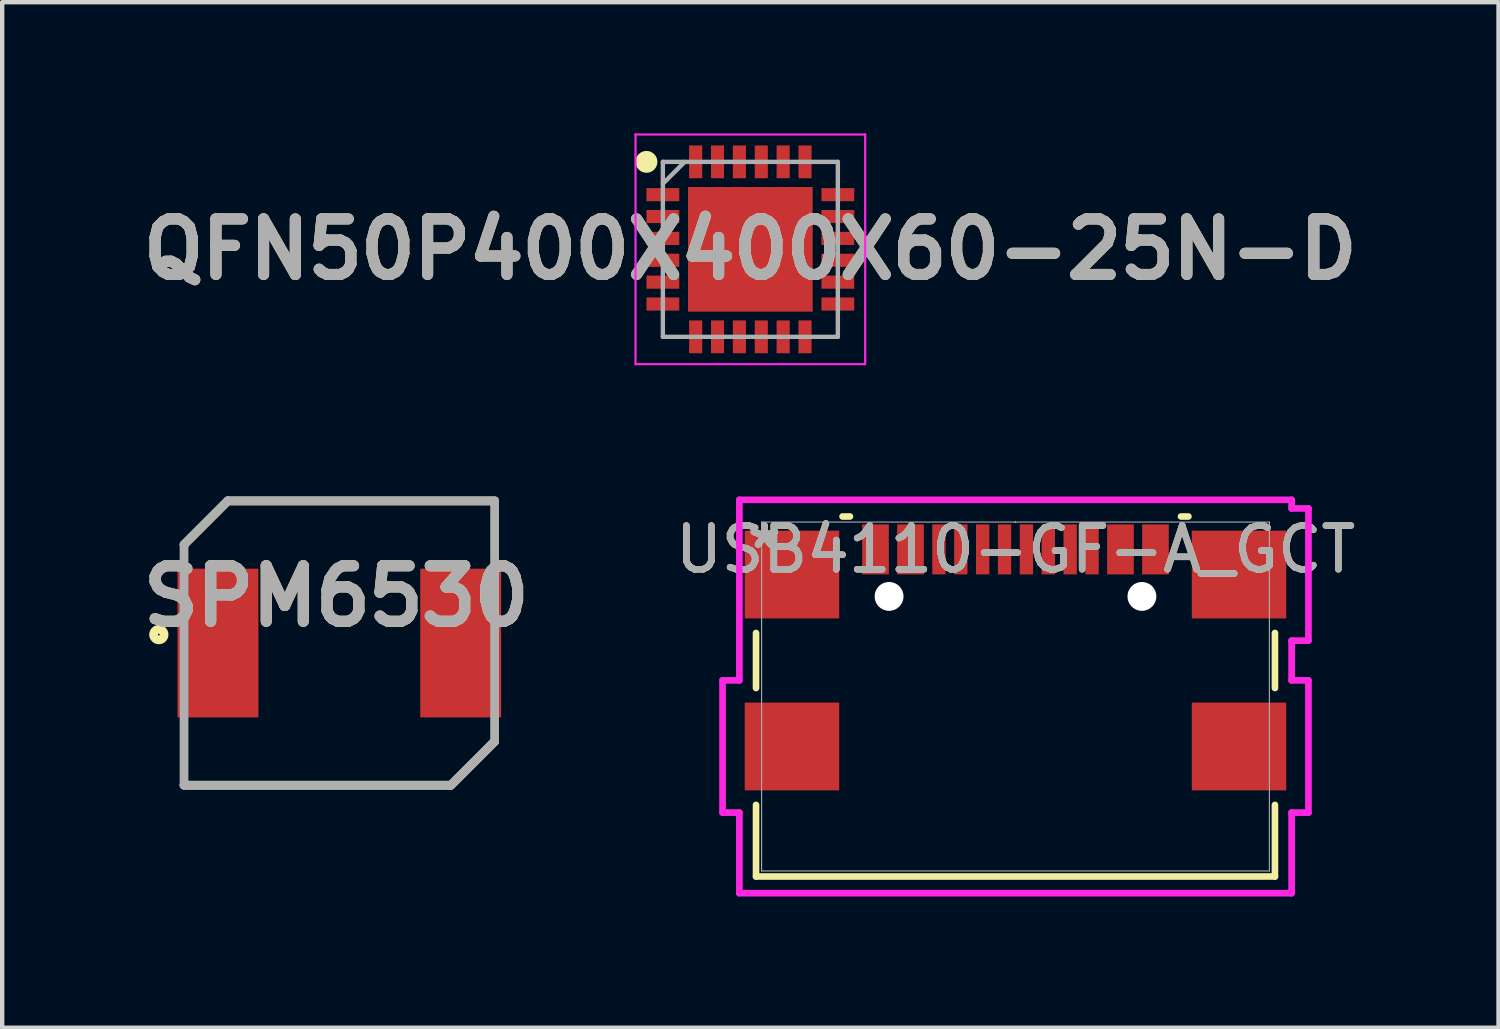
<source format=kicad_pcb>
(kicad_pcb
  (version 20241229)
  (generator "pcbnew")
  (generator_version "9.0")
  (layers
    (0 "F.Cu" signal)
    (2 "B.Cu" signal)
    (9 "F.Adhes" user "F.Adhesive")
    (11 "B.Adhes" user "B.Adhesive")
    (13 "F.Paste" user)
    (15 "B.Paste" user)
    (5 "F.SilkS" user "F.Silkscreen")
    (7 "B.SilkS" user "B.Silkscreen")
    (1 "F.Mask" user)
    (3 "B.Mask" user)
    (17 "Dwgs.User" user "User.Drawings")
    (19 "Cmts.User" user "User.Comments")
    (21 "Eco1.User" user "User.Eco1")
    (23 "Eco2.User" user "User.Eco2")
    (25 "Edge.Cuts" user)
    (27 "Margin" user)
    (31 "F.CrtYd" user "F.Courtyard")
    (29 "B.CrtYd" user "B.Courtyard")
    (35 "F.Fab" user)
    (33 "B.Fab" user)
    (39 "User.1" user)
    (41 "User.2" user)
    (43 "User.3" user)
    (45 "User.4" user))
  (footprint "QFN50P400X400X60-25N-D"
    (layer "F.Cu")
    (at 14.103 2.65)
    (property "Reference" "QFN50P400X400X60-25N-D" (at 0 0 0) (layer "F.SilkS") (effects (font (size 1.27 1.27) (thickness 0.254))))
    (attr smd)
    (fp_circle (center -2.375 -2) (end -2.375 -1.875) (stroke (width 0.25) (type solid)) (fill no) (layer "F.SilkS"))
    (fp_line (start -2.625 -2.625) (end 2.625 -2.625) (stroke (width 0.05) (type solid)) (layer "F.CrtYd"))
    (fp_line (start -2.625 2.625) (end -2.625 -2.625) (stroke (width 0.05) (type solid)) (layer "F.CrtYd"))
    (fp_line (start 2.625 -2.625) (end 2.625 2.625) (stroke (width 0.05) (type solid)) (layer "F.CrtYd"))
    (fp_line (start 2.625 2.625) (end -2.625 2.625) (stroke (width 0.05) (type solid)) (layer "F.CrtYd"))
    (fp_line (start -2 -2) (end 2 -2) (stroke (width 0.1) (type solid)) (layer "F.Fab"))
    (fp_line (start -2 -1.5) (end -1.5 -2) (stroke (width 0.1) (type solid)) (layer "F.Fab"))
    (fp_line (start -2 2) (end -2 -2) (stroke (width 0.1) (type solid)) (layer "F.Fab"))
    (fp_line (start 2 -2) (end 2 2) (stroke (width 0.1) (type solid)) (layer "F.Fab"))
    (fp_line (start 2 2) (end -2 2) (stroke (width 0.1) (type solid)) (layer "F.Fab"))
    (fp_text user "${REFERENCE}" (at 0 0 0) (layer "F.Fab") (effects (font (size 1.27 1.27) (thickness 0.254))))
    (pad "1" smd rect (at -2 -1.25 90) (size 0.3 0.75) (layers "F.Cu" "F.Mask" "F.Paste"))
    (pad "2" smd rect (at -2 -0.75 90) (size 0.3 0.75) (layers "F.Cu" "F.Mask" "F.Paste"))
    (pad "3" smd rect (at -2 -0.25 90) (size 0.3 0.75) (layers "F.Cu" "F.Mask" "F.Paste"))
    (pad "4" smd rect (at -2 0.25 90) (size 0.3 0.75) (layers "F.Cu" "F.Mask" "F.Paste"))
    (pad "5" smd rect (at -2 0.75 90) (size 0.3 0.75) (layers "F.Cu" "F.Mask" "F.Paste"))
    (pad "6" smd rect (at -2 1.25 90) (size 0.3 0.75) (layers "F.Cu" "F.Mask" "F.Paste"))
    (pad "7" smd rect (at -1.25 2) (size 0.3 0.75) (layers "F.Cu" "F.Mask" "F.Paste"))
    (pad "8" smd rect (at -0.75 2) (size 0.3 0.75) (layers "F.Cu" "F.Mask" "F.Paste"))
    (pad "9" smd rect (at -0.25 2) (size 0.3 0.75) (layers "F.Cu" "F.Mask" "F.Paste"))
    (pad "10" smd rect (at 0.25 2) (size 0.3 0.75) (layers "F.Cu" "F.Mask" "F.Paste"))
    (pad "11" smd rect (at 0.75 2) (size 0.3 0.75) (layers "F.Cu" "F.Mask" "F.Paste"))
    (pad "12" smd rect (at 1.25 2) (size 0.3 0.75) (layers "F.Cu" "F.Mask" "F.Paste"))
    (pad "13" smd rect (at 2 1.25 90) (size 0.3 0.75) (layers "F.Cu" "F.Mask" "F.Paste"))
    (pad "14" smd rect (at 2 0.75 90) (size 0.3 0.75) (layers "F.Cu" "F.Mask" "F.Paste"))
    (pad "15" smd rect (at 2 0.25 90) (size 0.3 0.75) (layers "F.Cu" "F.Mask" "F.Paste"))
    (pad "16" smd rect (at 2 -0.25 90) (size 0.3 0.75) (layers "F.Cu" "F.Mask" "F.Paste"))
    (pad "17" smd rect (at 2 -0.75 90) (size 0.3 0.75) (layers "F.Cu" "F.Mask" "F.Paste"))
    (pad "18" smd rect (at 2 -1.25 90) (size 0.3 0.75) (layers "F.Cu" "F.Mask" "F.Paste"))
    (pad "19" smd rect (at 1.25 -2) (size 0.3 0.75) (layers "F.Cu" "F.Mask" "F.Paste"))
    (pad "20" smd rect (at 0.75 -2) (size 0.3 0.75) (layers "F.Cu" "F.Mask" "F.Paste"))
    (pad "21" smd rect (at 0.25 -2) (size 0.3 0.75) (layers "F.Cu" "F.Mask" "F.Paste"))
    (pad "22" smd rect (at -0.25 -2) (size 0.3 0.75) (layers "F.Cu" "F.Mask" "F.Paste"))
    (pad "23" smd rect (at -0.75 -2) (size 0.3 0.75) (layers "F.Cu" "F.Mask" "F.Paste"))
    (pad "24" smd rect (at -1.25 -2) (size 0.3 0.75) (layers "F.Cu" "F.Mask" "F.Paste"))
    (pad "25" smd rect (at 0 0) (size 2.85 2.85) (layers "F.Cu" "F.Mask" "F.Paste")))
  (footprint "SPM6530"
    (layer "F.Cu")
    (at 4.707 11.65)
    (property "Reference" "SPM6530" (at -0.068 -1.071 0) (layer "F.SilkS") (effects (font (size 1.27 1.27) (thickness 0.254))))
    (attr smd)
    (fp_line (start -3.55 -2.25) (end -2.55 -3.25) (stroke (width 0.2) (type solid)) (layer "F.SilkS"))
    (fp_line (start -2.55 -3.25) (end 3.55 -3.25) (stroke (width 0.2) (type solid)) (layer "F.SilkS"))
    (fp_line (start 2.55 3.25) (end -3.55 3.25) (stroke (width 0.2) (type solid)) (layer "F.SilkS"))
    (fp_line (start 3.55 2.25) (end 2.55 3.25) (stroke (width 0.2) (type solid)) (layer "F.SilkS"))
    (fp_circle (center -4.126 -0.193) (end -4.126 -0.073) (stroke (width 0.2) (type solid)) (fill no) (layer "F.SilkS"))
    (fp_line (start -3.55 -2.25) (end -2.55 -3.25) (stroke (width 0.2) (type solid)) (layer "F.Fab"))
    (fp_line (start -3.55 3.25) (end -3.55 -2.25) (stroke (width 0.2) (type solid)) (layer "F.Fab"))
    (fp_line (start -2.55 -3.25) (end 3.55 -3.25) (stroke (width 0.2) (type solid)) (layer "F.Fab"))
    (fp_line (start 2.55 3.25) (end -3.55 3.25) (stroke (width 0.2) (type solid)) (layer "F.Fab"))
    (fp_line (start 3.55 -3.25) (end 3.55 2.25) (stroke (width 0.2) (type solid)) (layer "F.Fab"))
    (fp_line (start 3.55 2.25) (end 2.55 3.25) (stroke (width 0.2) (type solid)) (layer "F.Fab"))
    (fp_text user "${REFERENCE}" (at -0.068 -1.071 0) (layer "F.Fab") (effects (font (size 1.27 1.27) (thickness 0.254))))
    (pad "1" smd rect (at -2.775 0) (size 1.85 3.4) (layers "F.Cu" "F.Mask" "F.Paste"))
    (pad "2" smd rect (at 2.775 0) (size 1.85 3.4) (layers "F.Cu" "F.Mask" "F.Paste")))
  (footprint "USB4110-GF-A_GCT"
    (layer "F.Cu")
    (at 20.164 12.872)
    (property "Reference" "USB4110-GF-A_GCT" (at 0 -3.363 0) (unlocked yes) (layer "F.SilkS") (effects (font (size 1 1) (thickness 0.15))))
    (attr smd)
    (fp_line (start -5.931 -1.452) (end -5.931 -0.194) (stroke (width 0.152) (type solid)) (layer "F.SilkS"))
    (fp_line (start -5.931 2.478) (end -5.931 4.115) (stroke (width 0.152) (type solid)) (layer "F.SilkS"))
    (fp_line (start -5.931 4.115) (end 5.931 4.115) (stroke (width 0.152) (type solid)) (layer "F.SilkS"))
    (fp_line (start -3.784 -4.115) (end -3.953 -4.115) (stroke (width 0.152) (type solid)) (layer "F.SilkS"))
    (fp_line (start 3.953 -4.115) (end 3.784 -4.115) (stroke (width 0.152) (type solid)) (layer "F.SilkS"))
    (fp_line (start 5.931 -0.194) (end 5.931 -1.452) (stroke (width 0.152) (type solid)) (layer "F.SilkS"))
    (fp_line (start 5.931 4.115) (end 5.931 2.478) (stroke (width 0.152) (type solid)) (layer "F.SilkS"))
    (fp_line (start -6.697 -0.369) (end -6.697 2.654) (stroke (width 0.152) (type solid)) (layer "F.CrtYd"))
    (fp_line (start -6.697 2.654) (end -6.312 2.654) (stroke (width 0.152) (type solid)) (layer "F.CrtYd"))
    (fp_line (start -6.312 -4.496) (end -6.312 -0.369) (stroke (width 0.152) (type solid)) (layer "F.CrtYd"))
    (fp_line (start -6.312 -0.369) (end -6.697 -0.369) (stroke (width 0.152) (type solid)) (layer "F.CrtYd"))
    (fp_line (start -6.312 2.654) (end -6.312 4.496) (stroke (width 0.152) (type solid)) (layer "F.CrtYd"))
    (fp_line (start -6.312 4.496) (end 6.312 4.496) (stroke (width 0.152) (type solid)) (layer "F.CrtYd"))
    (fp_line (start 6.312 -4.496) (end -6.312 -4.496) (stroke (width 0.152) (type solid)) (layer "F.CrtYd"))
    (fp_line (start 6.312 -4.299) (end 6.312 -4.496) (stroke (width 0.152) (type solid)) (layer "F.CrtYd"))
    (fp_line (start 6.312 -1.276) (end 6.697 -1.276) (stroke (width 0.152) (type solid)) (layer "F.CrtYd"))
    (fp_line (start 6.312 -0.369) (end 6.312 -1.276) (stroke (width 0.152) (type solid)) (layer "F.CrtYd"))
    (fp_line (start 6.312 2.654) (end 6.697 2.654) (stroke (width 0.152) (type solid)) (layer "F.CrtYd"))
    (fp_line (start 6.312 4.496) (end 6.312 2.654) (stroke (width 0.152) (type solid)) (layer "F.CrtYd"))
    (fp_line (start 6.697 -4.299) (end 6.312 -4.299) (stroke (width 0.152) (type solid)) (layer "F.CrtYd"))
    (fp_line (start 6.697 -1.276) (end 6.697 -4.299) (stroke (width 0.152) (type solid)) (layer "F.CrtYd"))
    (fp_line (start 6.697 -0.369) (end 6.312 -0.369) (stroke (width 0.152) (type solid)) (layer "F.CrtYd"))
    (fp_line (start 6.697 2.654) (end 6.697 -0.369) (stroke (width 0.152) (type solid)) (layer "F.CrtYd"))
    (fp_line (start -5.804 -3.988) (end -5.804 3.988) (stroke (width 0.025) (type solid)) (layer "F.Fab"))
    (fp_line (start -5.804 3.988) (end 5.804 3.988) (stroke (width 0.025) (type solid)) (layer "F.Fab"))
    (fp_line (start 0 -3.988) (end 0 -3.988) (stroke (width 0.025) (type solid)) (layer "F.Fab"))
    (fp_line (start 0 -3.988) (end 0 -3.988) (stroke (width 0.025) (type solid)) (layer "F.Fab"))
    (fp_line (start 0 -3.988) (end 0 -3.988) (stroke (width 0.025) (type solid)) (layer "F.Fab"))
    (fp_line (start 0 -3.988) (end 0 -3.988) (stroke (width 0.025) (type solid)) (layer "F.Fab"))
    (fp_line (start 5.804 -3.988) (end -5.804 -3.988) (stroke (width 0.025) (type solid)) (layer "F.Fab"))
    (fp_line (start 5.804 3.988) (end 5.804 -3.988) (stroke (width 0.025) (type solid)) (layer "F.Fab"))
    (fp_text user "*" (at -5.74 -3.363 0) (layer "F.SilkS") (effects (font (size 1 1) (thickness 0.15))))
    (fp_text user "*" (at -5.74 -3.363 0) (unlocked yes) (layer "F.SilkS") (effects (font (size 1 1) (thickness 0.15))))
    (fp_text user "*" (at -5.74 -3.363 0) (unlocked yes) (layer "F.Fab") (effects (font (size 1 1) (thickness 0.15))))
    (fp_text user "${REFERENCE}" (at 0 -3.363 0) (unlocked yes) (layer "F.Fab") (effects (font (size 1 1) (thickness 0.15))))
    (fp_text user "*" (at -5.74 -3.363 0) (layer "F.Fab") (effects (font (size 1 1) (thickness 0.15))))
    (pad "" np_thru_hole circle (at -2.89 -2.288) (size 0.66 0.66) (drill 0.66) (layers "*.Cu" "*.Mask"))
    (pad "" np_thru_hole circle (at 2.89 -2.288) (size 0.66 0.66) (drill 0.66) (layers "*.Cu" "*.Mask"))
    (pad "15" smd rect (at -5.11 -2.788) (size 2.159 2.007) (layers "F.Cu" "F.Mask" "F.Paste"))
    (pad "16" smd rect (at 5.11 -2.788) (size 2.159 2.007) (layers "F.Cu" "F.Mask" "F.Paste"))
    (pad "17" smd rect (at -5.11 1.142) (size 2.159 2.007) (layers "F.Cu" "F.Mask" "F.Paste"))
    (pad "18" smd rect (at 5.11 1.142) (size 2.159 2.007) (layers "F.Cu" "F.Mask" "F.Paste"))
    (pad "A1-B12" smd rect (at -3.2 -3.363) (size 0.61 1.143) (layers "F.Cu" "F.Mask" "F.Paste"))
    (pad "A4-B9" smd rect (at -2.4 -3.363) (size 0.61 1.143) (layers "F.Cu" "F.Mask" "F.Paste"))
    (pad "A5" smd rect (at -1.25 -3.363) (size 0.305 1.143) (layers "F.Cu" "F.Mask" "F.Paste"))
    (pad "A6" smd rect (at -0.25 -3.363) (size 0.305 1.143) (layers "F.Cu" "F.Mask" "F.Paste"))
    (pad "A7" smd rect (at 0.25 -3.363) (size 0.305 1.143) (layers "F.Cu" "F.Mask" "F.Paste"))
    (pad "A8" smd rect (at 1.25 -3.363) (size 0.305 1.143) (layers "F.Cu" "F.Mask" "F.Paste"))
    (pad "A9-B4" smd rect (at 2.4 -3.363) (size 0.61 1.143) (layers "F.Cu" "F.Mask" "F.Paste"))
    (pad "A12-B1" smd rect (at 3.2 -3.363) (size 0.61 1.143) (layers "F.Cu" "F.Mask" "F.Paste"))
    (pad "B5" smd rect (at 1.75 -3.363) (size 0.305 1.143) (layers "F.Cu" "F.Mask" "F.Paste"))
    (pad "B6" smd rect (at 0.75 -3.363) (size 0.305 1.143) (layers "F.Cu" "F.Mask" "F.Paste"))
    (pad "B7" smd rect (at -0.75 -3.363) (size 0.305 1.143) (layers "F.Cu" "F.Mask" "F.Paste"))
    (pad "B8" smd rect (at -1.75 -3.363) (size 0.305 1.143) (layers "F.Cu" "F.Mask" "F.Paste")))
  (gr_rect
    (start -3 -3)
    (end 31.206 20.444)
    (stroke (width 0.1) (type default))
    (fill no)
    (layer "Edge.Cuts")))
</source>
